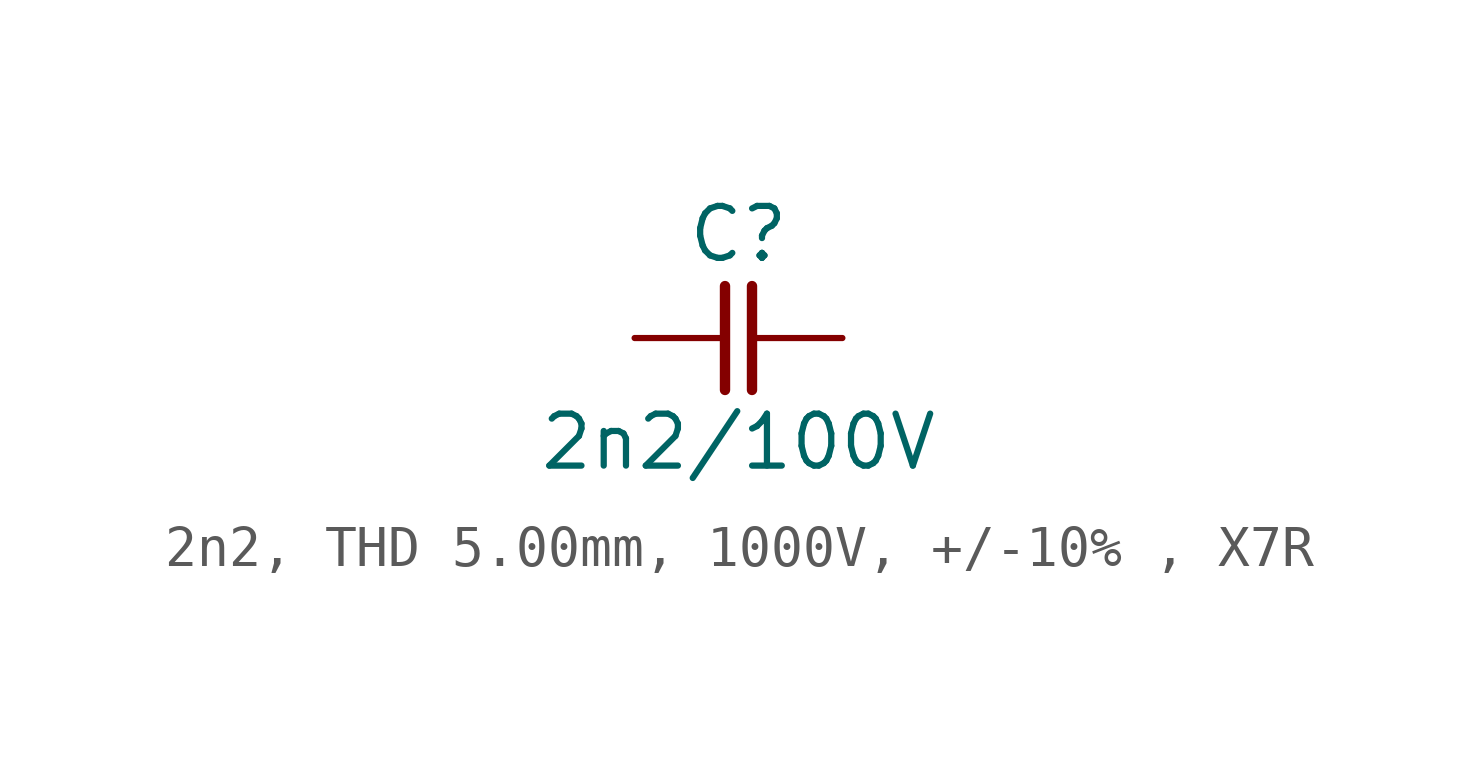
<source format=kicad_sym>
(kicad_symbol_lib
  (version 20220914)
  (generator kicad_symbol_editor)
  (symbol "2n2, THD 5.00mm, 1000V, +/-10% , X7R"
    (pin_numbers hide)
    (pin_names
      (offset 0) hide)
    (property "Reference" "C"
      (at 0 2.54 0)
      (effects (font (size 1.27 1.27))))
    (property "Value" "2n2/100V"
      (at 0 -2.54 0)
      (effects (font (size 1.27 1.27))))
    (symbol "2n2, THD 5.00mm, 1000V, +/-10% , X7R_0_1"
      (polyline (pts (xy -0.33 1.27) (xy -0.33 -1.27)) (stroke (width 0.254) (type default)) (fill (type none)))
      (polyline (pts (xy 0.33 1.27) (xy 0.33 -1.27)) (stroke (width 0.254) (type default)) (fill (type none))))
    (symbol "2n2, THD 5.00mm, 1000V, +/-10% , X7R_1_1"
      (pin passive line (at -2.54 0 0) (length 2.21) (name "1" (effects (font (size 1.27 1.27)))) (number "1" (effects (font (size 1.27 1.27)))))
      (pin passive line (at 2.54 0 180) (length 2.21) (name "2" (effects (font (size 1.27 1.27)))) (number "2" (effects (font (size 1.27 1.27))))))))
</source>
